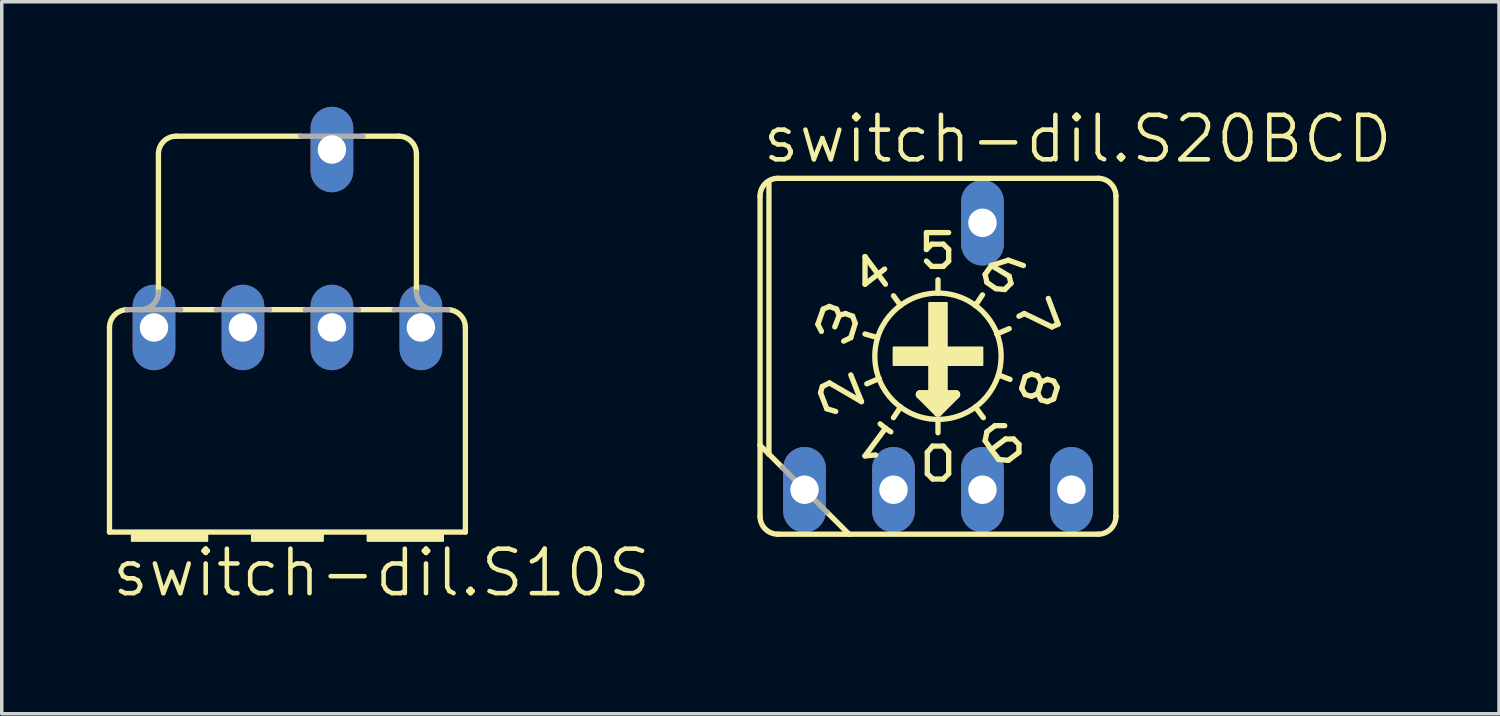
<source format=kicad_pcb>
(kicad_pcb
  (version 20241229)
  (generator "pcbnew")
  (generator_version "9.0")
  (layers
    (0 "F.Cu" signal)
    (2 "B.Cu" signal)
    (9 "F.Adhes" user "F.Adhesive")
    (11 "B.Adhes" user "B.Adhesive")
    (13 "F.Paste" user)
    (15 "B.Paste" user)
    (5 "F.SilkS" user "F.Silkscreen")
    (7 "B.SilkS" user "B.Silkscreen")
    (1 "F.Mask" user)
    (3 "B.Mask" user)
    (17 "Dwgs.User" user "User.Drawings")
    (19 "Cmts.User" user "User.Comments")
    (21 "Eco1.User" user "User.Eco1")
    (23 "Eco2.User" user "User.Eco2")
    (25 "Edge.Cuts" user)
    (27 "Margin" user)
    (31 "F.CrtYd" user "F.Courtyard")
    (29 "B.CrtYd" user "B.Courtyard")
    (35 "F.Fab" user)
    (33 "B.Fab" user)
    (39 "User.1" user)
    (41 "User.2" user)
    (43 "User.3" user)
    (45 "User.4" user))
  (footprint "switch-dil.S20BCD"
    (layer "F.Cu")
    (at 23.729 7.121)
    (property "Reference" "switch-dil.S20BCD" (at -5.08 -5.461 0) (layer "F.SilkS") (effects (font (size 1.27 1.27) (thickness 0.13)) (justify left bottom)))
    (attr through_hole)
    (fp_line (start -5.08 2.54) (end -5.08 -4.572) (stroke (width 0.152) (type default)) (layer "F.SilkS"))
    (fp_line (start -5.08 4.572) (end -5.08 2.54) (stroke (width 0.152) (type default)) (layer "F.SilkS"))
    (fp_line (start -4.826 2.794) (end -5.08 2.54) (stroke (width 0.152) (type default)) (layer "F.SilkS"))
    (fp_line (start -4.826 2.794) (end -4.826 -4.953) (stroke (width 0.152) (type default)) (layer "F.SilkS"))
    (fp_line (start -4.572 -5.08) (end 4.572 -5.08) (stroke (width 0.152) (type default)) (layer "F.SilkS"))
    (fp_line (start -4.572 5.08) (end -2.54 5.08) (stroke (width 0.152) (type default)) (layer "F.SilkS"))
    (fp_line (start -4.445 3.175) (end -4.826 2.794) (stroke (width 0.152) (type default)) (layer "F.SilkS"))
    (fp_line (start -3.429 -0.914) (end -3.327 -0.711) (stroke (width 0.152) (type default)) (layer "F.SilkS"))
    (fp_line (start -3.353 1.041) (end -3.175 1.499) (stroke (width 0.152) (type default)) (layer "F.SilkS"))
    (fp_line (start -3.302 0.864) (end -3.353 1.041) (stroke (width 0.152) (type default)) (layer "F.SilkS"))
    (fp_line (start -3.277 -1.346) (end -3.429 -0.914) (stroke (width 0.152) (type default)) (layer "F.SilkS"))
    (fp_line (start -3.175 1.499) (end -2.921 1.575) (stroke (width 0.152) (type default)) (layer "F.SilkS"))
    (fp_line (start -3.175 4.445) (end -2.54 5.08) (stroke (width 0.152) (type default)) (layer "F.SilkS"))
    (fp_line (start -3.099 -1.422) (end -3.277 -1.346) (stroke (width 0.152) (type default)) (layer "F.SilkS"))
    (fp_line (start -3.099 0.762) (end -3.302 0.864) (stroke (width 0.152) (type default)) (layer "F.SilkS"))
    (fp_line (start -2.896 -1.346) (end -3.099 -1.422) (stroke (width 0.152) (type default)) (layer "F.SilkS"))
    (fp_line (start -2.819 -1.168) (end -2.946 -0.838) (stroke (width 0.152) (type default)) (layer "F.SilkS"))
    (fp_line (start -2.819 -1.168) (end -2.896 -1.346) (stroke (width 0.152) (type default)) (layer "F.SilkS"))
    (fp_line (start -2.642 -1.219) (end -2.819 -1.168) (stroke (width 0.152) (type default)) (layer "F.SilkS"))
    (fp_line (start -2.54 5.08) (end 4.572 5.08) (stroke (width 0.152) (type default)) (layer "F.SilkS"))
    (fp_line (start -2.489 -0.533) (end -2.692 -0.432) (stroke (width 0.152) (type default)) (layer "F.SilkS"))
    (fp_line (start -2.489 -0.533) (end -2.362 -0.94) (stroke (width 0.152) (type default)) (layer "F.SilkS"))
    (fp_line (start -2.489 0.533) (end -2.184 1.295) (stroke (width 0.152) (type default)) (layer "F.SilkS"))
    (fp_line (start -2.438 -1.143) (end -2.642 -1.219) (stroke (width 0.152) (type default)) (layer "F.SilkS"))
    (fp_line (start -2.362 -0.94) (end -2.438 -1.143) (stroke (width 0.152) (type default)) (layer "F.SilkS"))
    (fp_line (start -2.184 1.295) (end -3.099 0.762) (stroke (width 0.152) (type default)) (layer "F.SilkS"))
    (fp_line (start -2.083 -2.845) (end -2.083 -2.057) (stroke (width 0.152) (type default)) (layer "F.SilkS"))
    (fp_line (start -2.083 -2.845) (end -1.499 -2.057) (stroke (width 0.152) (type default)) (layer "F.SilkS"))
    (fp_line (start -2.083 -2.057) (end -1.524 -2.489) (stroke (width 0.152) (type default)) (layer "F.SilkS"))
    (fp_line (start -2.083 2.845) (end -1.778 2.819) (stroke (width 0.152) (type default)) (layer "F.SilkS"))
    (fp_line (start -1.727 -0.533) (end -2.083 -0.635) (stroke (width 0.152) (type default)) (layer "F.SilkS"))
    (fp_line (start -1.676 0.635) (end -2.032 0.787) (stroke (width 0.152) (type default)) (layer "F.SilkS"))
    (fp_line (start -1.651 1.93) (end -1.499 2.057) (stroke (width 0.152) (type default)) (layer "F.SilkS"))
    (fp_line (start -1.499 2.057) (end -2.083 2.845) (stroke (width 0.152) (type default)) (layer "F.SilkS"))
    (fp_line (start -1.499 2.057) (end -1.346 2.159) (stroke (width 0.152) (type default)) (layer "F.SilkS"))
    (fp_line (start -1.067 -1.448) (end -1.27 -1.727) (stroke (width 0.152) (type default)) (layer "F.SilkS"))
    (fp_line (start -1.067 1.448) (end -1.27 1.753) (stroke (width 0.152) (type default)) (layer "F.SilkS"))
    (fp_line (start -0.508 1.092) (end 0 1.6) (stroke (width 0.254) (type default)) (layer "F.SilkS"))
    (fp_line (start -0.33 -3.048) (end -0.33 -3.531) (stroke (width 0.152) (type default)) (layer "F.SilkS"))
    (fp_line (start -0.33 -2.718) (end -0.178 -2.565) (stroke (width 0.152) (type default)) (layer "F.SilkS"))
    (fp_line (start -0.305 2.743) (end -0.305 3.353) (stroke (width 0.152) (type default)) (layer "F.SilkS"))
    (fp_line (start -0.305 3.353) (end -0.152 3.505) (stroke (width 0.152) (type default)) (layer "F.SilkS"))
    (fp_line (start -0.254 1.219) (end 0.254 1.219) (stroke (width 0.254) (type default)) (layer "F.SilkS"))
    (fp_line (start -0.178 -3.2) (end -0.33 -3.048) (stroke (width 0.152) (type default)) (layer "F.SilkS"))
    (fp_line (start -0.178 -2.565) (end 0.152 -2.565) (stroke (width 0.152) (type default)) (layer "F.SilkS"))
    (fp_line (start -0.152 2.565) (end -0.305 2.743) (stroke (width 0.152) (type default)) (layer "F.SilkS"))
    (fp_line (start -0.152 3.505) (end 0.152 3.505) (stroke (width 0.152) (type default)) (layer "F.SilkS"))
    (fp_line (start 0 -1.803) (end 0 -2.184) (stroke (width 0.152) (type default)) (layer "F.SilkS"))
    (fp_line (start 0 1.473) (end 0 1.346) (stroke (width 0.254) (type default)) (layer "F.SilkS"))
    (fp_line (start 0 1.6) (end 0.508 1.092) (stroke (width 0.254) (type default)) (layer "F.SilkS"))
    (fp_line (start 0 1.829) (end 0 2.184) (stroke (width 0.152) (type default)) (layer "F.SilkS"))
    (fp_line (start 0.152 -3.2) (end -0.178 -3.2) (stroke (width 0.152) (type default)) (layer "F.SilkS"))
    (fp_line (start 0.152 -2.565) (end 0.305 -2.718) (stroke (width 0.152) (type default)) (layer "F.SilkS"))
    (fp_line (start 0.152 2.565) (end -0.152 2.565) (stroke (width 0.152) (type default)) (layer "F.SilkS"))
    (fp_line (start 0.152 3.505) (end 0.305 3.353) (stroke (width 0.152) (type default)) (layer "F.SilkS"))
    (fp_line (start 0.305 -3.531) (end -0.33 -3.531) (stroke (width 0.152) (type default)) (layer "F.SilkS"))
    (fp_line (start 0.305 -3.048) (end 0.152 -3.2) (stroke (width 0.152) (type default)) (layer "F.SilkS"))
    (fp_line (start 0.305 -3.048) (end 0.305 -2.718) (stroke (width 0.152) (type default)) (layer "F.SilkS"))
    (fp_line (start 0.305 2.743) (end 0.152 2.565) (stroke (width 0.152) (type default)) (layer "F.SilkS"))
    (fp_line (start 0.305 3.353) (end 0.305 2.743) (stroke (width 0.152) (type default)) (layer "F.SilkS"))
    (fp_line (start 0.508 1.092) (end -0.508 1.092) (stroke (width 0.254) (type default)) (layer "F.SilkS"))
    (fp_line (start 1.067 -1.448) (end 1.27 -1.753) (stroke (width 0.152) (type default)) (layer "F.SilkS"))
    (fp_line (start 1.067 1.448) (end 1.295 1.753) (stroke (width 0.152) (type default)) (layer "F.SilkS"))
    (fp_line (start 1.346 -2.337) (end 1.524 -2.591) (stroke (width 0.152) (type default)) (layer "F.SilkS"))
    (fp_line (start 1.346 2.413) (end 1.524 2.667) (stroke (width 0.152) (type default)) (layer "F.SilkS"))
    (fp_line (start 1.397 -2.108) (end 1.346 -2.337) (stroke (width 0.152) (type default)) (layer "F.SilkS"))
    (fp_line (start 1.397 -2.108) (end 1.651 -1.93) (stroke (width 0.152) (type default)) (layer "F.SilkS"))
    (fp_line (start 1.397 2.159) (end 1.346 2.413) (stroke (width 0.152) (type default)) (layer "F.SilkS"))
    (fp_line (start 1.397 2.159) (end 1.626 1.981) (stroke (width 0.152) (type default)) (layer "F.SilkS"))
    (fp_line (start 1.524 -2.591) (end 2.007 -2.743) (stroke (width 0.152) (type default)) (layer "F.SilkS"))
    (fp_line (start 1.524 2.667) (end 1.727 2.946) (stroke (width 0.152) (type default)) (layer "F.SilkS"))
    (fp_line (start 1.626 1.981) (end 1.905 1.981) (stroke (width 0.152) (type default)) (layer "F.SilkS"))
    (fp_line (start 1.651 -1.93) (end 1.905 -1.905) (stroke (width 0.152) (type default)) (layer "F.SilkS"))
    (fp_line (start 1.676 -0.635) (end 2.032 -0.787) (stroke (width 0.152) (type default)) (layer "F.SilkS"))
    (fp_line (start 1.727 0.533) (end 2.057 0.66) (stroke (width 0.152) (type default)) (layer "F.SilkS"))
    (fp_line (start 1.727 2.946) (end 2.007 2.972) (stroke (width 0.152) (type default)) (layer "F.SilkS"))
    (fp_line (start 1.905 -1.905) (end 2.083 -2.083) (stroke (width 0.152) (type default)) (layer "F.SilkS"))
    (fp_line (start 1.93 2.362) (end 1.524 2.667) (stroke (width 0.152) (type default)) (layer "F.SilkS"))
    (fp_line (start 2.007 -2.743) (end 2.438 -2.591) (stroke (width 0.152) (type default)) (layer "F.SilkS"))
    (fp_line (start 2.007 2.972) (end 2.311 2.743) (stroke (width 0.152) (type default)) (layer "F.SilkS"))
    (fp_line (start 2.032 -2.286) (end 1.524 -2.591) (stroke (width 0.152) (type default)) (layer "F.SilkS"))
    (fp_line (start 2.083 -2.083) (end 2.032 -2.286) (stroke (width 0.152) (type default)) (layer "F.SilkS"))
    (fp_line (start 2.159 2.362) (end 1.93 2.362) (stroke (width 0.152) (type default)) (layer "F.SilkS"))
    (fp_line (start 2.311 2.515) (end 2.159 2.362) (stroke (width 0.152) (type default)) (layer "F.SilkS"))
    (fp_line (start 2.311 2.743) (end 2.311 2.515) (stroke (width 0.152) (type default)) (layer "F.SilkS"))
    (fp_line (start 2.388 0.914) (end 2.489 1.092) (stroke (width 0.152) (type default)) (layer "F.SilkS"))
    (fp_line (start 2.464 -1.219) (end 2.311 -1.143) (stroke (width 0.152) (type default)) (layer "F.SilkS"))
    (fp_line (start 2.489 0.584) (end 2.388 0.914) (stroke (width 0.152) (type default)) (layer "F.SilkS"))
    (fp_line (start 2.489 1.092) (end 2.667 1.143) (stroke (width 0.152) (type default)) (layer "F.SilkS"))
    (fp_line (start 2.667 0.508) (end 2.489 0.584) (stroke (width 0.152) (type default)) (layer "F.SilkS"))
    (fp_line (start 2.667 1.143) (end 2.845 1.067) (stroke (width 0.152) (type default)) (layer "F.SilkS"))
    (fp_line (start 2.845 0.559) (end 2.667 0.508) (stroke (width 0.152) (type default)) (layer "F.SilkS"))
    (fp_line (start 2.845 1.067) (end 2.946 0.737) (stroke (width 0.152) (type default)) (layer "F.SilkS"))
    (fp_line (start 2.845 1.067) (end 2.946 1.245) (stroke (width 0.152) (type default)) (layer "F.SilkS"))
    (fp_line (start 2.946 0.737) (end 2.845 0.559) (stroke (width 0.152) (type default)) (layer "F.SilkS"))
    (fp_line (start 2.946 1.245) (end 3.124 1.295) (stroke (width 0.152) (type default)) (layer "F.SilkS"))
    (fp_line (start 3.124 0.66) (end 2.946 0.737) (stroke (width 0.152) (type default)) (layer "F.SilkS"))
    (fp_line (start 3.124 1.295) (end 3.302 1.219) (stroke (width 0.152) (type default)) (layer "F.SilkS"))
    (fp_line (start 3.15 -1.651) (end 3.429 -0.914) (stroke (width 0.152) (type default)) (layer "F.SilkS"))
    (fp_line (start 3.251 -0.838) (end 2.464 -1.219) (stroke (width 0.152) (type default)) (layer "F.SilkS"))
    (fp_line (start 3.302 0.711) (end 3.124 0.66) (stroke (width 0.152) (type default)) (layer "F.SilkS"))
    (fp_line (start 3.302 1.219) (end 3.404 0.889) (stroke (width 0.152) (type default)) (layer "F.SilkS"))
    (fp_line (start 3.404 0.889) (end 3.302 0.711) (stroke (width 0.152) (type default)) (layer "F.SilkS"))
    (fp_line (start 3.429 -0.914) (end 3.251 -0.838) (stroke (width 0.152) (type default)) (layer "F.SilkS"))
    (fp_line (start 5.08 4.572) (end 5.08 -4.572) (stroke (width 0.152) (type default)) (layer "F.SilkS"))
    (fp_rect (start -1.27 0.254) (end 1.27 -0.254) (stroke (width 0.05) (type default)) (fill yes) (layer "F.SilkS"))
    (fp_rect (start -0.254 1.016) (end 0.254 -1.524) (stroke (width 0.05) (type default)) (fill yes) (layer "F.SilkS"))
    (fp_arc (start -5.08 -4.572) (mid -4.93121 -4.93121) (end -4.572 -5.08) (stroke (width 0.1524) (type default)) (layer "F.SilkS"))
    (fp_arc (start -4.572 5.08) (mid -4.93121 4.93121) (end -5.08 4.572) (stroke (width 0.1524) (type default)) (layer "F.SilkS"))
    (fp_arc (start 4.572 -5.08) (mid 4.93121 -4.93121) (end 5.08 -4.572) (stroke (width 0.1524) (type default)) (layer "F.SilkS"))
    (fp_arc (start 5.08 4.572) (mid 4.93121 4.93121) (end 4.572 5.08) (stroke (width 0.1524) (type default)) (layer "F.SilkS"))
    (fp_circle (center 0 0) (end 1.803 0) (stroke (width 0.152) (type default)) (fill no) (layer "F.SilkS"))
    (fp_line (start -3.175 4.445) (end -4.445 3.175) (stroke (width 0.152) (type default)) (layer "F.Fab"))
    (pad "1" thru_hole oval (at 3.81 3.81 90) (size 2.438 1.219) (drill 0.813) (layers "*.Cu" "*.Mask"))
    (pad "2" thru_hole oval (at 1.27 3.81 90) (size 2.438 1.219) (drill 0.813) (layers "*.Cu" "*.Mask"))
    (pad "4" thru_hole oval (at -1.27 3.81 90) (size 2.438 1.219) (drill 0.813) (layers "*.Cu" "*.Mask"))
    (pad "8" thru_hole oval (at -3.81 3.81 90) (size 2.438 1.219) (drill 0.813) (layers "*.Cu" "*.Mask"))
    (pad "C" thru_hole oval (at 1.27 -3.81 90) (size 2.438 1.219) (drill 0.813) (layers "*.Cu" "*.Mask")))
  (footprint "switch-dil.S10S"
    (layer "F.Cu")
    (at 5.156 6.299)
    (property "Reference" "switch-dil.S10S" (at -5.08 7.747 0) (layer "F.SilkS") (effects (font (size 1.27 1.27) (thickness 0.13)) (justify left bottom)))
    (attr through_hole)
    (fp_line (start -5.08 0) (end -5.08 5.842) (stroke (width 0.152) (type default)) (layer "F.SilkS"))
    (fp_line (start -3.683 -1.016) (end -3.683 -4.953) (stroke (width 0.152) (type default)) (layer "F.SilkS"))
    (fp_line (start -3.048 -0.508) (end -2.032 -0.508) (stroke (width 0.152) (type default)) (layer "F.SilkS"))
    (fp_line (start -0.508 -0.508) (end 0.508 -0.508) (stroke (width 0.152) (type default)) (layer "F.SilkS"))
    (fp_line (start 0.381 -5.461) (end -3.175 -5.461) (stroke (width 0.152) (type default)) (layer "F.SilkS"))
    (fp_line (start 2.032 -0.508) (end 3.048 -0.508) (stroke (width 0.152) (type default)) (layer "F.SilkS"))
    (fp_line (start 3.175 -5.461) (end 2.159 -5.461) (stroke (width 0.152) (type default)) (layer "F.SilkS"))
    (fp_line (start 3.683 -4.953) (end 3.683 -1.016) (stroke (width 0.152) (type default)) (layer "F.SilkS"))
    (fp_line (start 5.08 0) (end 5.08 5.842) (stroke (width 0.152) (type default)) (layer "F.SilkS"))
    (fp_line (start 5.08 5.842) (end -5.08 5.842) (stroke (width 0.152) (type default)) (layer "F.SilkS"))
    (fp_rect (start -4.445 6.096) (end -2.286 5.842) (stroke (width 0.05) (type default)) (fill yes) (layer "F.SilkS"))
    (fp_rect (start -1.016 6.096) (end 1.016 5.842) (stroke (width 0.05) (type default)) (fill yes) (layer "F.SilkS"))
    (fp_rect (start 2.286 6.096) (end 4.445 5.842) (stroke (width 0.05) (type default)) (fill yes) (layer "F.SilkS"))
    (fp_arc (start -5.08 0) (mid -4.93121 -0.35921) (end -4.572 -0.508) (stroke (width 0.1524) (type default)) (layer "F.SilkS"))
    (fp_arc (start -3.683 -4.953) (mid -3.53421 -5.31221) (end -3.175 -5.461) (stroke (width 0.1524) (type default)) (layer "F.SilkS"))
    (fp_arc (start 3.175 -5.461) (mid 3.53421 -5.31221) (end 3.683 -4.953) (stroke (width 0.1524) (type default)) (layer "F.SilkS"))
    (fp_arc (start 4.572 -0.508) (mid 4.93121 -0.35921) (end 5.08 0) (stroke (width 0.1524) (type default)) (layer "F.SilkS"))
    (fp_line (start -3.048 -0.508) (end -4.572 -0.508) (stroke (width 0.152) (type default)) (layer "F.Fab"))
    (fp_line (start -0.508 -0.508) (end -2.032 -0.508) (stroke (width 0.152) (type default)) (layer "F.Fab"))
    (fp_line (start 0.381 -5.461) (end 2.159 -5.461) (stroke (width 0.152) (type default)) (layer "F.Fab"))
    (fp_line (start 2.032 -0.508) (end 0.508 -0.508) (stroke (width 0.152) (type default)) (layer "F.Fab"))
    (fp_line (start 4.572 -0.508) (end 3.048 -0.508) (stroke (width 0.152) (type default)) (layer "F.Fab"))
    (fp_arc (start -3.683 -1.016) (mid -3.83179 -0.65679) (end -4.191 -0.508) (stroke (width 0.1524) (type default)) (layer "F.Fab"))
    (fp_arc (start 4.191 -0.508) (mid 3.83179 -0.65679) (end 3.683 -1.016) (stroke (width 0.1524) (type default)) (layer "F.Fab"))
    (pad "1" thru_hole oval (at 3.81 0 90) (size 2.438 1.219) (drill 0.813) (layers "*.Cu" "*.Mask"))
    (pad "2" thru_hole oval (at 1.27 0 90) (size 2.438 1.219) (drill 0.813) (layers "*.Cu" "*.Mask"))
    (pad "4" thru_hole oval (at -1.27 0 90) (size 2.438 1.219) (drill 0.813) (layers "*.Cu" "*.Mask"))
    (pad "8" thru_hole oval (at -3.81 0 90) (size 2.438 1.219) (drill 0.813) (layers "*.Cu" "*.Mask"))
    (pad "C" thru_hole oval (at 1.27 -5.08 90) (size 2.438 1.219) (drill 0.813) (layers "*.Cu" "*.Mask")))
  (gr_rect
    (start -3 -3)
    (end 39.747 17.328)
    (stroke (width 0.1) (type default))
    (fill no)
    (layer "Edge.Cuts")))
</source>
